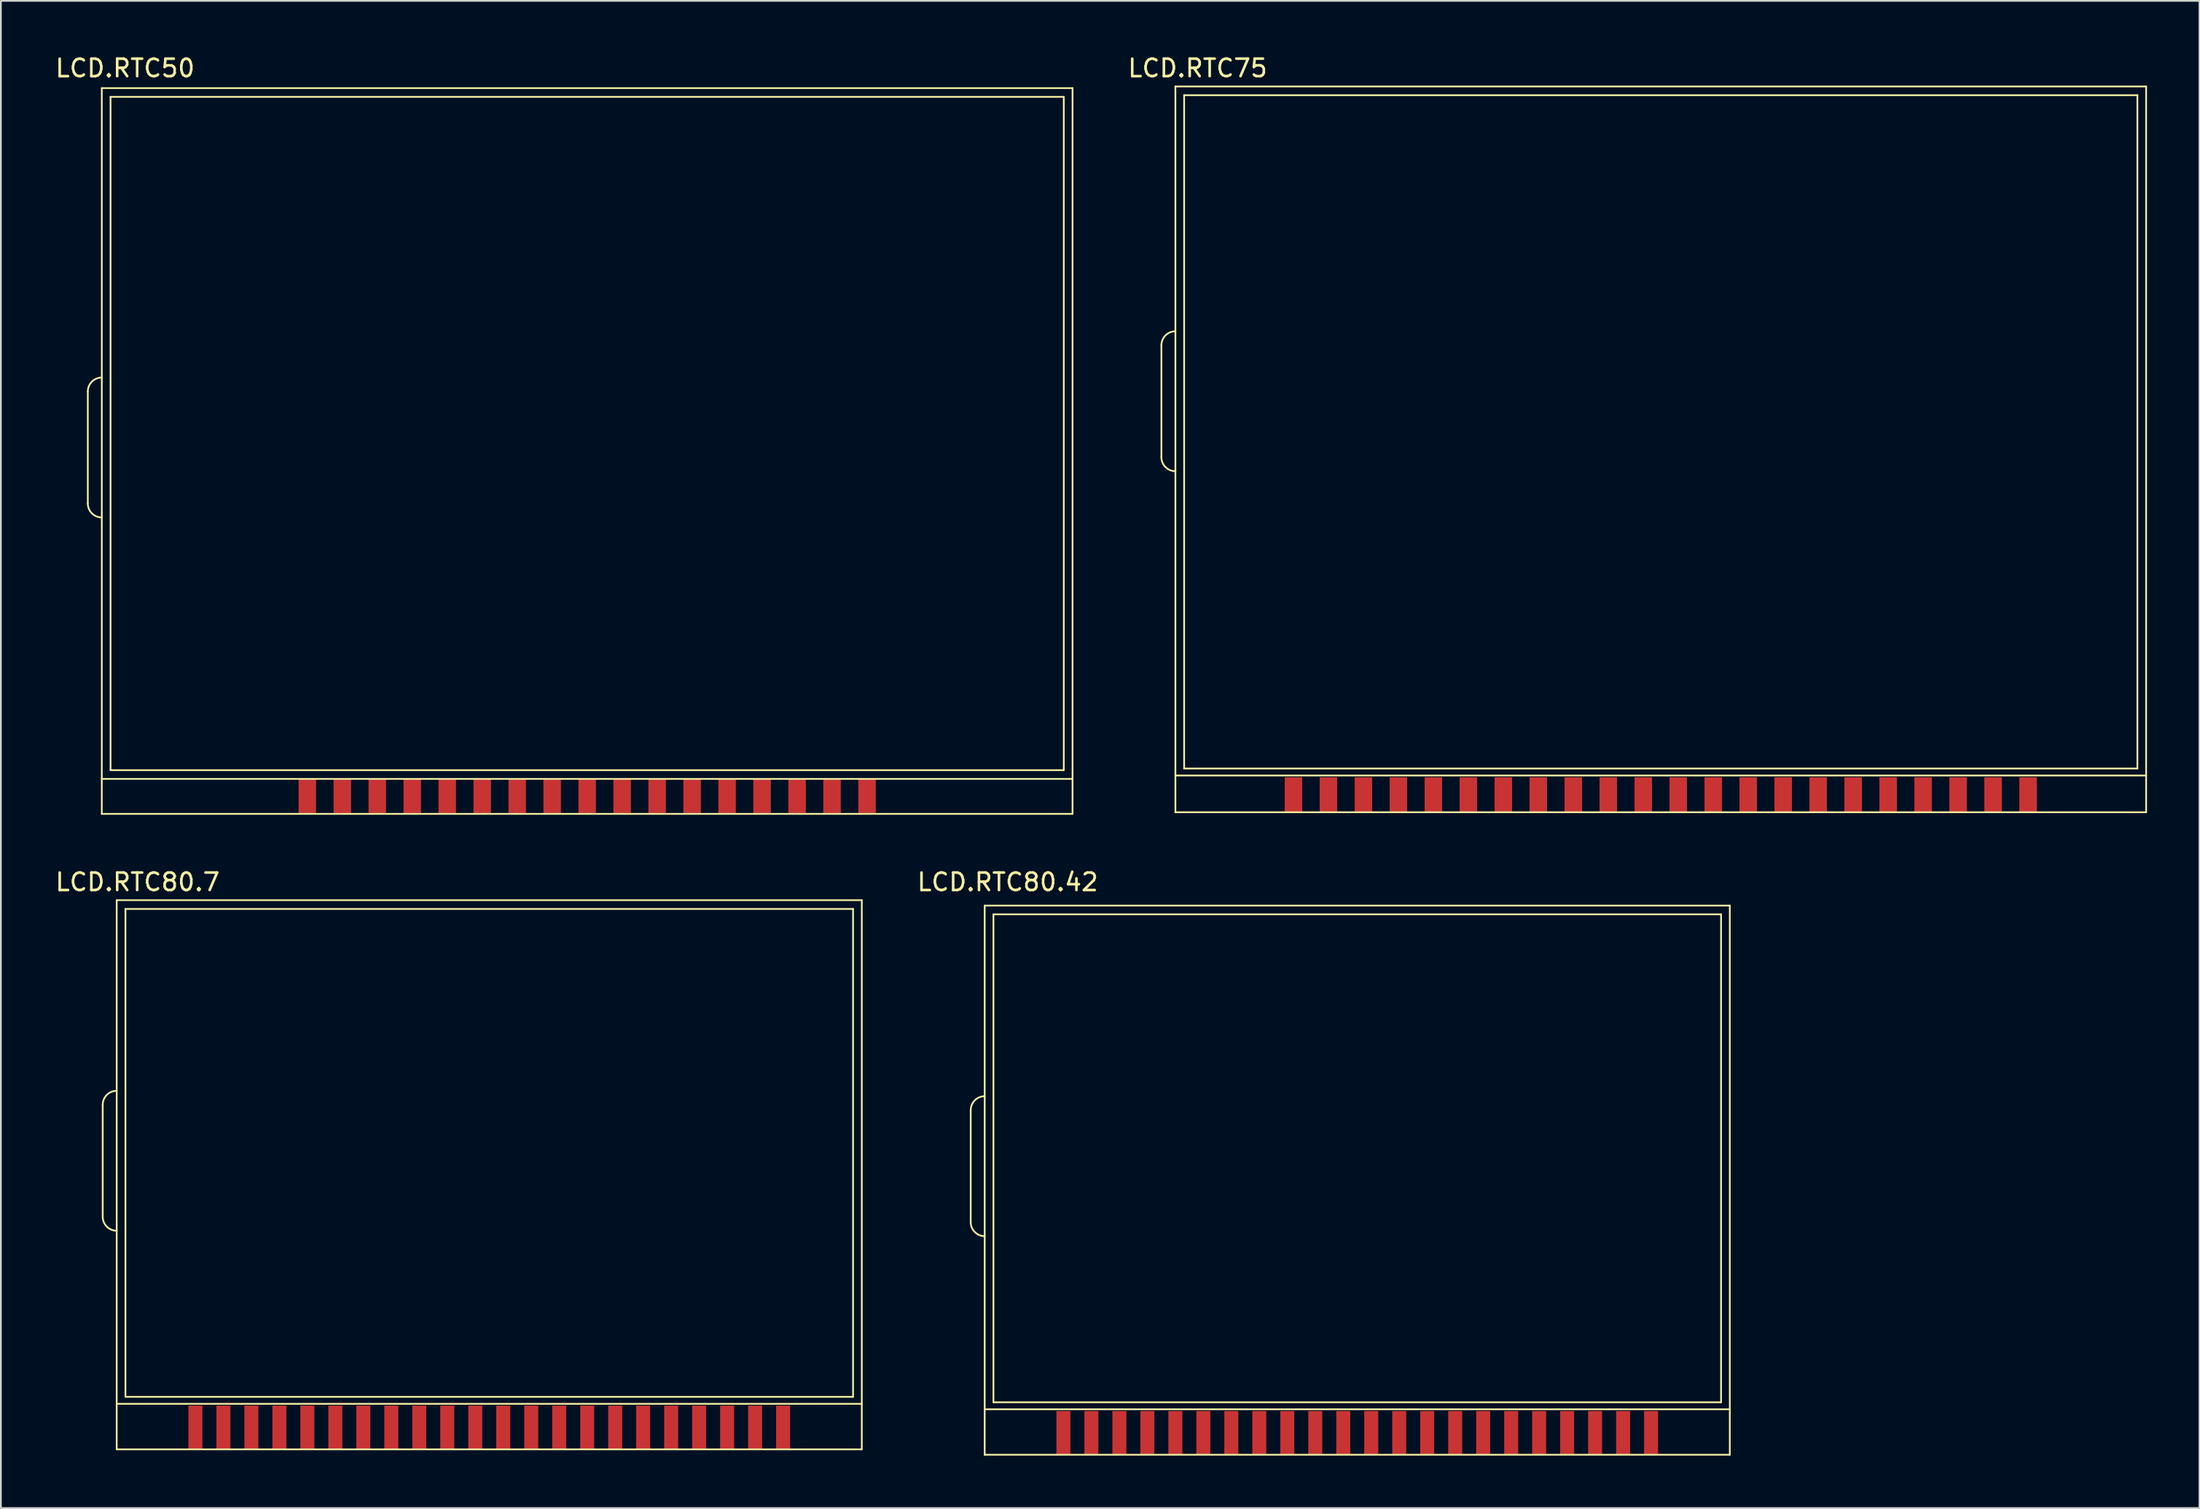
<source format=kicad_pcb>
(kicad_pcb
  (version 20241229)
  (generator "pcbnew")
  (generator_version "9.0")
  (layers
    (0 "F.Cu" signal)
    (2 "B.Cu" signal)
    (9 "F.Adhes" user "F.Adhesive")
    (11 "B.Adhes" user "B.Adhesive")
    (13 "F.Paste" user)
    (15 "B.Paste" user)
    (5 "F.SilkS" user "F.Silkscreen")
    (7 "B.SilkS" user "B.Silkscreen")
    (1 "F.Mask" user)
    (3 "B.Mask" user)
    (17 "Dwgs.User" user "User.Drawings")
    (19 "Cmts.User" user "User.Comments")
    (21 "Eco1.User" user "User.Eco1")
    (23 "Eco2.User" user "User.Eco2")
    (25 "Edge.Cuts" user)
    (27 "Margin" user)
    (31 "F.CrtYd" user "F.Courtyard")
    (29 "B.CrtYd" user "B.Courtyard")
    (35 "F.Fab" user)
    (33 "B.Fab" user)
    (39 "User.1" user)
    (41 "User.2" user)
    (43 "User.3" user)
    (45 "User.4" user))
  (footprint "LCD.RTC75"
    (layer "F.Cu")
    (at 89.424 21.549)
    (property "Reference" "LCD.RTC75" (at -24.003 -20.701 0) (layer "F.SilkS") (effects (font (size 1 1) (thickness 0.15))))
    (attr through_hole)
    (fp_line (start -26.073 1.544) (end -26.073 -4.856) (stroke (width 0.1) (type solid)) (layer "F.SilkS"))
    (fp_line (start -25.273 -19.656) (end 30.227 -19.656) (stroke (width 0.1) (type solid)) (layer "F.SilkS"))
    (fp_line (start -25.273 19.744) (end 30.227 19.744) (stroke (width 0.1) (type solid)) (layer "F.SilkS"))
    (fp_line (start -25.273 21.844) (end -25.273 -19.656) (stroke (width 0.1) (type solid)) (layer "F.SilkS"))
    (fp_line (start -25.273 21.844) (end 30.227 21.844) (stroke (width 0.1) (type solid)) (layer "F.SilkS"))
    (fp_line (start -24.773 -19.156) (end 29.727 -19.156) (stroke (width 0.1) (type solid)) (layer "F.SilkS"))
    (fp_line (start -24.773 19.344) (end -24.773 -19.156) (stroke (width 0.1) (type solid)) (layer "F.SilkS"))
    (fp_line (start -24.773 19.344) (end 29.727 19.344) (stroke (width 0.1) (type solid)) (layer "F.SilkS"))
    (fp_line (start 29.727 19.344) (end 29.727 -19.156) (stroke (width 0.1) (type solid)) (layer "F.SilkS"))
    (fp_line (start 30.227 21.844) (end 30.227 -19.656) (stroke (width 0.1) (type solid)) (layer "F.SilkS"))
    (fp_arc (start -26.073 -4.856) (mid -25.838685 -5.421685) (end -25.273 -5.656) (stroke (width 0.1) (type solid)) (layer "F.SilkS"))
    (fp_arc (start -25.273 2.344) (mid -25.838685 2.109685) (end -26.073 1.544) (stroke (width 0.1) (type solid)) (layer "F.SilkS"))
    (pad "1" smd rect (at -18.523 20.844) (size 1 2) (layers "F.Cu" "F.Mask" "F.Paste"))
    (pad "2" smd rect (at -16.523 20.844) (size 1 2) (layers "F.Cu" "F.Mask" "F.Paste"))
    (pad "3" smd rect (at -14.523 20.844) (size 1 2) (layers "F.Cu" "F.Mask" "F.Paste"))
    (pad "4" smd rect (at -12.523 20.844) (size 1 2) (layers "F.Cu" "F.Mask" "F.Paste"))
    (pad "5" smd rect (at -10.523 20.844) (size 1 2) (layers "F.Cu" "F.Mask" "F.Paste"))
    (pad "6" smd rect (at -8.523 20.844) (size 1 2) (layers "F.Cu" "F.Mask" "F.Paste"))
    (pad "7" smd rect (at -6.523 20.844) (size 1 2) (layers "F.Cu" "F.Mask" "F.Paste"))
    (pad "8" smd rect (at -4.523 20.844) (size 1 2) (layers "F.Cu" "F.Mask" "F.Paste"))
    (pad "9" smd rect (at -2.523 20.844) (size 1 2) (layers "F.Cu" "F.Mask" "F.Paste"))
    (pad "10" smd rect (at -0.523 20.844) (size 1 2) (layers "F.Cu" "F.Mask" "F.Paste"))
    (pad "11" smd rect (at 1.477 20.844) (size 1 2) (layers "F.Cu" "F.Mask" "F.Paste"))
    (pad "12" smd rect (at 3.477 20.844) (size 1 2) (layers "F.Cu" "F.Mask" "F.Paste"))
    (pad "13" smd rect (at 5.477 20.844) (size 1 2) (layers "F.Cu" "F.Mask" "F.Paste"))
    (pad "14" smd rect (at 7.477 20.844) (size 1 2) (layers "F.Cu" "F.Mask" "F.Paste"))
    (pad "15" smd rect (at 9.477 20.844) (size 1 2) (layers "F.Cu" "F.Mask" "F.Paste"))
    (pad "16" smd rect (at 11.477 20.844) (size 1 2) (layers "F.Cu" "F.Mask" "F.Paste"))
    (pad "17" smd rect (at 13.477 20.844) (size 1 2) (layers "F.Cu" "F.Mask" "F.Paste"))
    (pad "18" smd rect (at 15.477 20.844) (size 1 2) (layers "F.Cu" "F.Mask" "F.Paste"))
    (pad "19" smd rect (at 17.477 20.844) (size 1 2) (layers "F.Cu" "F.Mask" "F.Paste"))
    (pad "20" smd rect (at 19.477 20.844) (size 1 2) (layers "F.Cu" "F.Mask" "F.Paste"))
    (pad "21" smd rect (at 21.477 20.844) (size 1 2) (layers "F.Cu" "F.Mask" "F.Paste"))
    (pad "22" smd rect (at 23.477 20.844) (size 1 2) (layers "F.Cu" "F.Mask" "F.Paste")))
  (footprint "LCD.RTC80.7"
    (layer "F.Cu")
    (at 22.291 64.709)
    (property "Reference" "LCD.RTC80.7" (at -17.475 -17.323 0) (layer "F.SilkS") (effects (font (size 1 1) (thickness 0.15))))
    (attr through_hole)
    (fp_line (start -19.469 1.813) (end -19.469 -4.587) (stroke (width 0.1) (type solid)) (layer "F.SilkS"))
    (fp_line (start -18.669 -16.287) (end 23.931 -16.287) (stroke (width 0.1) (type solid)) (layer "F.SilkS"))
    (fp_line (start -18.669 12.513) (end 23.931 12.513) (stroke (width 0.1) (type solid)) (layer "F.SilkS"))
    (fp_line (start -18.669 15.113) (end -18.669 -16.287) (stroke (width 0.1) (type solid)) (layer "F.SilkS"))
    (fp_line (start -18.669 15.113) (end 23.931 15.113) (stroke (width 0.1) (type solid)) (layer "F.SilkS"))
    (fp_line (start -18.169 -15.787) (end 23.431 -15.787) (stroke (width 0.1) (type solid)) (layer "F.SilkS"))
    (fp_line (start -18.169 12.113) (end -18.169 -15.787) (stroke (width 0.1) (type solid)) (layer "F.SilkS"))
    (fp_line (start -18.169 12.113) (end 23.431 12.113) (stroke (width 0.1) (type solid)) (layer "F.SilkS"))
    (fp_line (start 23.431 12.113) (end 23.431 -15.787) (stroke (width 0.1) (type solid)) (layer "F.SilkS"))
    (fp_line (start 23.931 15.113) (end 23.931 -16.287) (stroke (width 0.1) (type solid)) (layer "F.SilkS"))
    (fp_arc (start -19.469 -4.587) (mid -19.234685 -5.152685) (end -18.669 -5.387) (stroke (width 0.1) (type solid)) (layer "F.SilkS"))
    (fp_arc (start -18.669 2.613) (mid -19.234685 2.378685) (end -19.469 1.813) (stroke (width 0.1) (type solid)) (layer "F.SilkS"))
    (pad "1" smd rect (at 19.431 13.863) (size 0.8 2.5) (layers "F.Cu" "F.Mask" "F.Paste"))
    (pad "2" smd rect (at 17.831 13.863) (size 0.8 2.5) (layers "F.Cu" "F.Mask" "F.Paste"))
    (pad "3" smd rect (at 16.231 13.863) (size 0.8 2.5) (layers "F.Cu" "F.Mask" "F.Paste"))
    (pad "4" smd rect (at 14.631 13.863) (size 0.8 2.5) (layers "F.Cu" "F.Mask" "F.Paste"))
    (pad "5" smd rect (at 13.031 13.863) (size 0.8 2.5) (layers "F.Cu" "F.Mask" "F.Paste"))
    (pad "6" smd rect (at 11.431 13.863) (size 0.8 2.5) (layers "F.Cu" "F.Mask" "F.Paste"))
    (pad "7" smd rect (at 9.831 13.863) (size 0.8 2.5) (layers "F.Cu" "F.Mask" "F.Paste"))
    (pad "8" smd rect (at 8.231 13.863) (size 0.8 2.5) (layers "F.Cu" "F.Mask" "F.Paste"))
    (pad "9" smd rect (at 6.631 13.863) (size 0.8 2.5) (layers "F.Cu" "F.Mask" "F.Paste"))
    (pad "10" smd rect (at 5.031 13.863) (size 0.8 2.5) (layers "F.Cu" "F.Mask" "F.Paste"))
    (pad "11" smd rect (at 3.431 13.863) (size 0.8 2.5) (layers "F.Cu" "F.Mask" "F.Paste"))
    (pad "12" smd rect (at 1.831 13.863) (size 0.8 2.5) (layers "F.Cu" "F.Mask" "F.Paste"))
    (pad "13" smd rect (at 0.231 13.863) (size 0.8 2.5) (layers "F.Cu" "F.Mask" "F.Paste"))
    (pad "14" smd rect (at -1.369 13.863) (size 0.8 2.5) (layers "F.Cu" "F.Mask" "F.Paste"))
    (pad "15" smd rect (at -2.969 13.863) (size 0.8 2.5) (layers "F.Cu" "F.Mask" "F.Paste"))
    (pad "16" smd rect (at -4.569 13.863) (size 0.8 2.5) (layers "F.Cu" "F.Mask" "F.Paste"))
    (pad "17" smd rect (at -6.169 13.863) (size 0.8 2.5) (layers "F.Cu" "F.Mask" "F.Paste"))
    (pad "18" smd rect (at -7.769 13.863) (size 0.8 2.5) (layers "F.Cu" "F.Mask" "F.Paste"))
    (pad "19" smd rect (at -9.369 13.863) (size 0.8 2.5) (layers "F.Cu" "F.Mask" "F.Paste"))
    (pad "20" smd rect (at -10.969 13.863) (size 0.8 2.5) (layers "F.Cu" "F.Mask" "F.Paste"))
    (pad "21" smd rect (at -12.569 13.863) (size 0.8 2.5) (layers "F.Cu" "F.Mask" "F.Paste"))
    (pad "22" smd rect (at -14.169 13.863) (size 0.8 2.5) (layers "F.Cu" "F.Mask" "F.Paste")))
  (footprint "LCD.RTC50"
    (layer "F.Cu")
    (at 28.932 22.66)
    (property "Reference" "LCD.RTC50" (at -24.831 -21.811 0) (layer "F.SilkS") (effects (font (size 1 1) (thickness 0.15))))
    (attr through_hole)
    (fp_line (start -26.962 3.078) (end -26.962 -3.322) (stroke (width 0.1) (type solid)) (layer "F.SilkS"))
    (fp_line (start -26.162 -20.672) (end 29.338 -20.672) (stroke (width 0.1) (type solid)) (layer "F.SilkS"))
    (fp_line (start -26.162 18.828) (end 29.338 18.828) (stroke (width 0.1) (type solid)) (layer "F.SilkS"))
    (fp_line (start -26.162 20.828) (end -26.162 -20.672) (stroke (width 0.1) (type solid)) (layer "F.SilkS"))
    (fp_line (start -26.162 20.828) (end 29.338 20.828) (stroke (width 0.1) (type solid)) (layer "F.SilkS"))
    (fp_line (start -25.662 -20.172) (end 28.838 -20.172) (stroke (width 0.1) (type solid)) (layer "F.SilkS"))
    (fp_line (start -25.662 18.328) (end -25.662 -20.172) (stroke (width 0.1) (type solid)) (layer "F.SilkS"))
    (fp_line (start -25.662 18.328) (end 28.838 18.328) (stroke (width 0.1) (type solid)) (layer "F.SilkS"))
    (fp_line (start 28.838 18.328) (end 28.838 -20.172) (stroke (width 0.1) (type solid)) (layer "F.SilkS"))
    (fp_line (start 29.338 20.828) (end 29.338 -20.672) (stroke (width 0.1) (type solid)) (layer "F.SilkS"))
    (fp_arc (start -26.962 -3.322) (mid -26.727685 -3.887685) (end -26.162 -4.122) (stroke (width 0.1) (type solid)) (layer "F.SilkS"))
    (fp_arc (start -26.162 3.878) (mid -26.727685 3.643685) (end -26.962 3.078) (stroke (width 0.1) (type solid)) (layer "F.SilkS"))
    (pad "1" smd rect (at -14.412 19.828) (size 1 2) (layers "F.Cu" "F.Mask" "F.Paste"))
    (pad "2" smd rect (at -12.412 19.828) (size 1 2) (layers "F.Cu" "F.Mask" "F.Paste"))
    (pad "3" smd rect (at -10.412 19.828) (size 1 2) (layers "F.Cu" "F.Mask" "F.Paste"))
    (pad "4" smd rect (at -8.412 19.828) (size 1 2) (layers "F.Cu" "F.Mask" "F.Paste"))
    (pad "5" smd rect (at -6.412 19.828) (size 1 2) (layers "F.Cu" "F.Mask" "F.Paste"))
    (pad "6" smd rect (at -4.412 19.828) (size 1 2) (layers "F.Cu" "F.Mask" "F.Paste"))
    (pad "7" smd rect (at -2.412 19.828) (size 1 2) (layers "F.Cu" "F.Mask" "F.Paste"))
    (pad "8" smd rect (at -0.412 19.828) (size 1 2) (layers "F.Cu" "F.Mask" "F.Paste"))
    (pad "9" smd rect (at 1.588 19.828) (size 1 2) (layers "F.Cu" "F.Mask" "F.Paste"))
    (pad "10" smd rect (at 3.588 19.828) (size 1 2) (layers "F.Cu" "F.Mask" "F.Paste"))
    (pad "11" smd rect (at 5.588 19.828) (size 1 2) (layers "F.Cu" "F.Mask" "F.Paste"))
    (pad "12" smd rect (at 7.588 19.828) (size 1 2) (layers "F.Cu" "F.Mask" "F.Paste"))
    (pad "13" smd rect (at 9.588 19.828) (size 1 2) (layers "F.Cu" "F.Mask" "F.Paste"))
    (pad "14" smd rect (at 11.588 19.828) (size 1 2) (layers "F.Cu" "F.Mask" "F.Paste"))
    (pad "15" smd rect (at 13.588 19.828) (size 1 2) (layers "F.Cu" "F.Mask" "F.Paste"))
    (pad "16" smd rect (at 15.588 19.828) (size 1 2) (layers "F.Cu" "F.Mask" "F.Paste"))
    (pad "17" smd rect (at 17.588 19.828) (size 1 2) (layers "F.Cu" "F.Mask" "F.Paste")))
  (footprint "LCD.RTC80.42"
    (layer "F.Cu")
    (at 72.679 66.416)
    (property "Reference" "LCD.RTC80.42" (at -18.115 -19.03 0) (layer "F.SilkS") (effects (font (size 1 1) (thickness 0.15))))
    (attr through_hole)
    (fp_line (start -20.231 0.416) (end -20.231 -5.984) (stroke (width 0.1) (type solid)) (layer "F.SilkS"))
    (fp_line (start -19.431 -17.684) (end 23.169 -17.684) (stroke (width 0.1) (type solid)) (layer "F.SilkS"))
    (fp_line (start -19.431 11.116) (end 23.169 11.116) (stroke (width 0.1) (type solid)) (layer "F.SilkS"))
    (fp_line (start -19.431 13.716) (end -19.431 -17.684) (stroke (width 0.1) (type solid)) (layer "F.SilkS"))
    (fp_line (start -19.431 13.716) (end 23.169 13.716) (stroke (width 0.1) (type solid)) (layer "F.SilkS"))
    (fp_line (start -18.931 -17.184) (end 22.669 -17.184) (stroke (width 0.1) (type solid)) (layer "F.SilkS"))
    (fp_line (start -18.931 10.716) (end -18.931 -17.184) (stroke (width 0.1) (type solid)) (layer "F.SilkS"))
    (fp_line (start -18.931 10.716) (end 22.669 10.716) (stroke (width 0.1) (type solid)) (layer "F.SilkS"))
    (fp_line (start 22.669 10.716) (end 22.669 -17.184) (stroke (width 0.1) (type solid)) (layer "F.SilkS"))
    (fp_line (start 23.169 13.716) (end 23.169 -17.684) (stroke (width 0.1) (type solid)) (layer "F.SilkS"))
    (fp_arc (start -20.231 -5.984) (mid -19.996685 -6.549685) (end -19.431 -6.784) (stroke (width 0.1) (type solid)) (layer "F.SilkS"))
    (fp_arc (start -19.431 1.216) (mid -19.996685 0.981685) (end -20.231 0.416) (stroke (width 0.1) (type solid)) (layer "F.SilkS"))
    (pad "1" smd rect (at 18.669 12.466) (size 0.8 2.5) (layers "F.Cu" "F.Mask" "F.Paste"))
    (pad "2" smd rect (at 17.069 12.466) (size 0.8 2.5) (layers "F.Cu" "F.Mask" "F.Paste"))
    (pad "3" smd rect (at 15.469 12.466) (size 0.8 2.5) (layers "F.Cu" "F.Mask" "F.Paste"))
    (pad "4" smd rect (at 13.869 12.466) (size 0.8 2.5) (layers "F.Cu" "F.Mask" "F.Paste"))
    (pad "5" smd rect (at 12.269 12.466) (size 0.8 2.5) (layers "F.Cu" "F.Mask" "F.Paste"))
    (pad "6" smd rect (at 10.669 12.466) (size 0.8 2.5) (layers "F.Cu" "F.Mask" "F.Paste"))
    (pad "7" smd rect (at 9.069 12.466) (size 0.8 2.5) (layers "F.Cu" "F.Mask" "F.Paste"))
    (pad "8" smd rect (at 7.469 12.466) (size 0.8 2.5) (layers "F.Cu" "F.Mask" "F.Paste"))
    (pad "9" smd rect (at 5.869 12.466) (size 0.8 2.5) (layers "F.Cu" "F.Mask" "F.Paste"))
    (pad "10" smd rect (at 4.269 12.466) (size 0.8 2.5) (layers "F.Cu" "F.Mask" "F.Paste"))
    (pad "11" smd rect (at 2.669 12.466) (size 0.8 2.5) (layers "F.Cu" "F.Mask" "F.Paste"))
    (pad "12" smd rect (at 1.069 12.466) (size 0.8 2.5) (layers "F.Cu" "F.Mask" "F.Paste"))
    (pad "13" smd rect (at -0.531 12.466) (size 0.8 2.5) (layers "F.Cu" "F.Mask" "F.Paste"))
    (pad "14" smd rect (at -2.131 12.466) (size 0.8 2.5) (layers "F.Cu" "F.Mask" "F.Paste"))
    (pad "15" smd rect (at -3.731 12.466) (size 0.8 2.5) (layers "F.Cu" "F.Mask" "F.Paste"))
    (pad "16" smd rect (at -5.331 12.466) (size 0.8 2.5) (layers "F.Cu" "F.Mask" "F.Paste"))
    (pad "17" smd rect (at -6.931 12.466) (size 0.8 2.5) (layers "F.Cu" "F.Mask" "F.Paste"))
    (pad "18" smd rect (at -8.531 12.466) (size 0.8 2.5) (layers "F.Cu" "F.Mask" "F.Paste"))
    (pad "19" smd rect (at -10.131 12.466) (size 0.8 2.5) (layers "F.Cu" "F.Mask" "F.Paste"))
    (pad "20" smd rect (at -11.731 12.466) (size 0.8 2.5) (layers "F.Cu" "F.Mask" "F.Paste"))
    (pad "21" smd rect (at -13.331 12.466) (size 0.8 2.5) (layers "F.Cu" "F.Mask" "F.Paste"))
    (pad "22" smd rect (at -14.931 12.466) (size 0.8 2.5) (layers "F.Cu" "F.Mask" "F.Paste")))
  (gr_rect
    (start -3 -3)
    (end 122.701 83.182)
    (stroke (width 0.1) (type default))
    (fill no)
    (layer "Edge.Cuts")))
</source>
